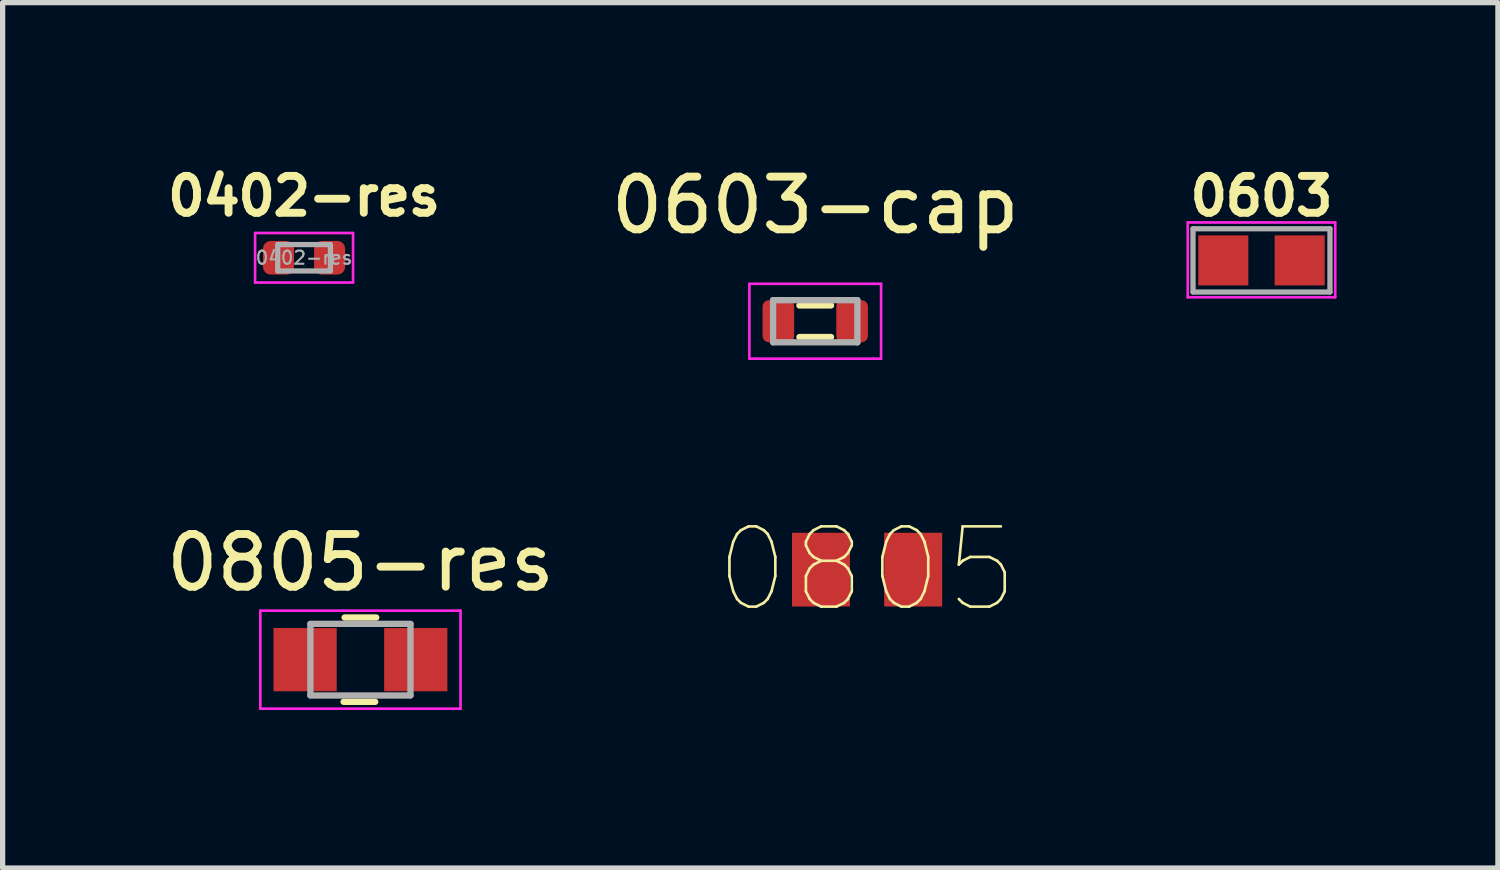
<source format=kicad_pcb>
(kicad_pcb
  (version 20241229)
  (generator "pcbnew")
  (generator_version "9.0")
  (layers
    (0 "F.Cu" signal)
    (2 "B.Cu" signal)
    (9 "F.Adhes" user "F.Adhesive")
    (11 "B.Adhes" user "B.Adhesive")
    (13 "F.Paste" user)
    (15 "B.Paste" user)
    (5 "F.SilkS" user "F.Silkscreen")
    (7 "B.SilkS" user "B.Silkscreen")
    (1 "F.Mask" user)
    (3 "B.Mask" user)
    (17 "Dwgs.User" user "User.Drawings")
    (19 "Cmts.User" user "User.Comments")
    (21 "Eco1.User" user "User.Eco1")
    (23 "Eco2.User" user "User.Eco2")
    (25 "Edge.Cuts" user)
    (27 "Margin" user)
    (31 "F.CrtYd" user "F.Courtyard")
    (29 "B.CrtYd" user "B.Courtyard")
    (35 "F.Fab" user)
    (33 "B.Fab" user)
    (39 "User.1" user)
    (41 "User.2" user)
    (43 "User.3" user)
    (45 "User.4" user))
  (footprint "0603"
    (layer "F.Cu")
    (at 20.896 1.893)
    (property "Reference" "0603" (at 0 -1.22 0) (layer "F.SilkS") (effects (font (size 0.7 0.7) (thickness 0.15))))
    (attr smd)
    (fp_line (start -1.4 -0.72) (end 1.4 -0.72) (stroke (width 0.05) (type solid)) (layer "F.CrtYd"))
    (fp_line (start -1.4 0.7) (end -1.4 -0.72) (stroke (width 0.05) (type solid)) (layer "F.CrtYd"))
    (fp_line (start -1.4 0.7) (end 1.4 0.7) (stroke (width 0.05) (type solid)) (layer "F.CrtYd"))
    (fp_line (start 1.4 0.7) (end 1.4 -0.72) (stroke (width 0.05) (type solid)) (layer "F.CrtYd"))
    (fp_line (start -1.3 -0.6) (end -1.3 0.6) (stroke (width 0.1) (type solid)) (layer "F.Fab"))
    (fp_line (start -1.3 0.6) (end 1.3 0.6) (stroke (width 0.1) (type solid)) (layer "F.Fab"))
    (fp_line (start 1.3 -0.6) (end -1.3 -0.6) (stroke (width 0.1) (type solid)) (layer "F.Fab"))
    (fp_line (start 1.3 0.6) (end 1.3 -0.6) (stroke (width 0.1) (type solid)) (layer "F.Fab"))
    (pad "1" smd rect (at -0.725 0 90) (size 0.95 0.95) (layers "F.Cu" "F.Mask" "F.Paste"))
    (pad "2" smd rect (at 0.725 0 90) (size 0.95 0.95) (layers "F.Cu" "F.Mask" "F.Paste")))
  (footprint "0805-res"
    (layer "F.Cu")
    (at 3.792 9.472)
    (property "Reference" "0805-res" (at 0 -1.84 0) (layer "F.SilkS") (effects (font (size 1 1) (thickness 0.15))))
    (attr smd)
    (fp_line (start -0.32 0.8) (end 0.28 0.8) (stroke (width 0.12) (type solid)) (layer "F.SilkS"))
    (fp_line (start -0.3 -0.8) (end 0.3 -0.8) (stroke (width 0.12) (type solid)) (layer "F.SilkS"))
    (fp_line (start -1.9 -0.93) (end 1.9 -0.93) (stroke (width 0.05) (type solid)) (layer "F.CrtYd"))
    (fp_line (start -1.9 0.93) (end -1.9 -0.93) (stroke (width 0.05) (type solid)) (layer "F.CrtYd"))
    (fp_line (start -1.9 0.93) (end 1.9 0.93) (stroke (width 0.05) (type solid)) (layer "F.CrtYd"))
    (fp_line (start 1.9 0.93) (end 1.9 -0.93) (stroke (width 0.05) (type solid)) (layer "F.CrtYd"))
    (fp_line (start -0.95 -0.68) (end 0.95 -0.68) (stroke (width 0.12) (type solid)) (layer "F.Fab"))
    (fp_line (start -0.95 -0.675) (end -0.95 0.675) (stroke (width 0.12) (type solid)) (layer "F.Fab"))
    (fp_line (start -0.95 0.68) (end 0.95 0.68) (stroke (width 0.12) (type solid)) (layer "F.Fab"))
    (fp_line (start 0.95 -0.675) (end 0.95 0.675) (stroke (width 0.12) (type solid)) (layer "F.Fab"))
    (pad "1" smd rect (at -1.05 0) (size 1.2 1.2) (layers "F.Cu" "F.Mask" "F.Paste"))
    (pad "2" smd rect (at 1.05 0) (size 1.2 1.2) (layers "F.Cu" "F.Mask" "F.Paste")))
  (footprint "0805"
    (layer "F.Cu")
    (at 13.409 7.763)
    (property "Reference" "0805" (at 0 0 0) (layer "F.SilkS") (effects (font (size 1.524 1.524) (thickness 0.05))))
    (attr smd)
    (pad "1" smd rect (at -0.875 0 90) (size 1.4 1.1) (layers "F.Cu" "F.Mask" "F.Paste"))
    (pad "2" smd rect (at 0.875 0 90) (size 1.4 1.1) (layers "F.Cu" "F.Mask" "F.Paste")))
  (footprint "0603-cap"
    (layer "F.Cu")
    (at 12.425 3.048)
    (property "Reference" "0603-cap" (at 0 -2.2 0) (layer "F.SilkS") (effects (font (size 1 1) (thickness 0.15))))
    (attr smd)
    (fp_line (start -0.3 -0.3) (end 0.3 -0.3) (stroke (width 0.12) (type solid)) (layer "F.SilkS"))
    (fp_line (start -0.3 0.3) (end 0.3 0.3) (stroke (width 0.12) (type solid)) (layer "F.SilkS"))
    (fp_line (start -1.25 0.71) (end -1.25 -0.71) (stroke (width 0.05) (type solid)) (layer "F.CrtYd"))
    (fp_line (start -1.11 -0.71) (end -1.25 -0.71) (stroke (width 0.05) (type solid)) (layer "F.CrtYd"))
    (fp_line (start -1.11 -0.71) (end 1.11 -0.71) (stroke (width 0.05) (type solid)) (layer "F.CrtYd"))
    (fp_line (start -1.11 0.71) (end -1.25 0.71) (stroke (width 0.05) (type solid)) (layer "F.CrtYd"))
    (fp_line (start 1.11 -0.71) (end 1.25 -0.71) (stroke (width 0.05) (type solid)) (layer "F.CrtYd"))
    (fp_line (start 1.11 0.71) (end -1.11 0.71) (stroke (width 0.05) (type solid)) (layer "F.CrtYd"))
    (fp_line (start 1.11 0.71) (end 1.25 0.71) (stroke (width 0.05) (type solid)) (layer "F.CrtYd"))
    (fp_line (start 1.25 -0.71) (end 1.25 0.71) (stroke (width 0.05) (type solid)) (layer "F.CrtYd"))
    (fp_line (start -0.8 -0.4) (end -0.8 0.4) (stroke (width 0.12) (type solid)) (layer "F.Fab"))
    (fp_line (start -0.8 0.4) (end 0.8 0.4) (stroke (width 0.12) (type solid)) (layer "F.Fab"))
    (fp_line (start 0.8 -0.4) (end -0.8 -0.4) (stroke (width 0.12) (type solid)) (layer "F.Fab"))
    (fp_line (start 0.8 0.4) (end 0.8 -0.4) (stroke (width 0.12) (type solid)) (layer "F.Fab"))
    (pad "1" smd roundrect (at -0.7 0) (size 0.6 0.8) (layers "F.Cu" "F.Mask" "F.Paste") (roundrect_rratio 0.2))
    (pad "2" smd roundrect (at 0.7 0) (size 0.6 0.8) (layers "F.Cu" "F.Mask" "F.Paste") (roundrect_rratio 0.2)))
  (footprint "0402-res"
    (layer "F.Cu")
    (at 2.722 1.843)
    (property "Reference" "0402-res" (at 0 -1.17 0) (layer "F.SilkS") (effects (font (size 0.7 0.7) (thickness 0.15))))
    (attr smd)
    (fp_line (start -0.93 -0.47) (end 0.93 -0.47) (stroke (width 0.05) (type solid)) (layer "F.CrtYd"))
    (fp_line (start -0.93 0.47) (end -0.93 -0.47) (stroke (width 0.05) (type solid)) (layer "F.CrtYd"))
    (fp_line (start 0.93 -0.47) (end 0.93 0.47) (stroke (width 0.05) (type solid)) (layer "F.CrtYd"))
    (fp_line (start 0.93 0.47) (end -0.93 0.47) (stroke (width 0.05) (type solid)) (layer "F.CrtYd"))
    (fp_line (start -0.5 -0.25) (end 0.5 -0.25) (stroke (width 0.1) (type solid)) (layer "F.Fab"))
    (fp_line (start -0.5 0.25) (end -0.5 -0.25) (stroke (width 0.1) (type solid)) (layer "F.Fab"))
    (fp_line (start 0.5 -0.25) (end 0.5 0.25) (stroke (width 0.1) (type solid)) (layer "F.Fab"))
    (fp_line (start 0.5 0.25) (end -0.5 0.25) (stroke (width 0.1) (type solid)) (layer "F.Fab"))
    (fp_text user "${REFERENCE}" (at 0 0 0) (layer "F.Fab") (effects (font (size 0.25 0.25) (thickness 0.04))))
    (pad "1" smd roundrect (at -0.485 0) (size 0.59 0.64) (layers "F.Cu" "F.Mask" "F.Paste") (roundrect_rratio 0.25))
    (pad "2" smd roundrect (at 0.485 0) (size 0.59 0.64) (layers "F.Cu" "F.Mask" "F.Paste") (roundrect_rratio 0.25)))
  (gr_rect
    (start -3 -3)
    (end 25.384 13.427)
    (stroke (width 0.1) (type default))
    (fill no)
    (layer "Edge.Cuts")))
</source>
